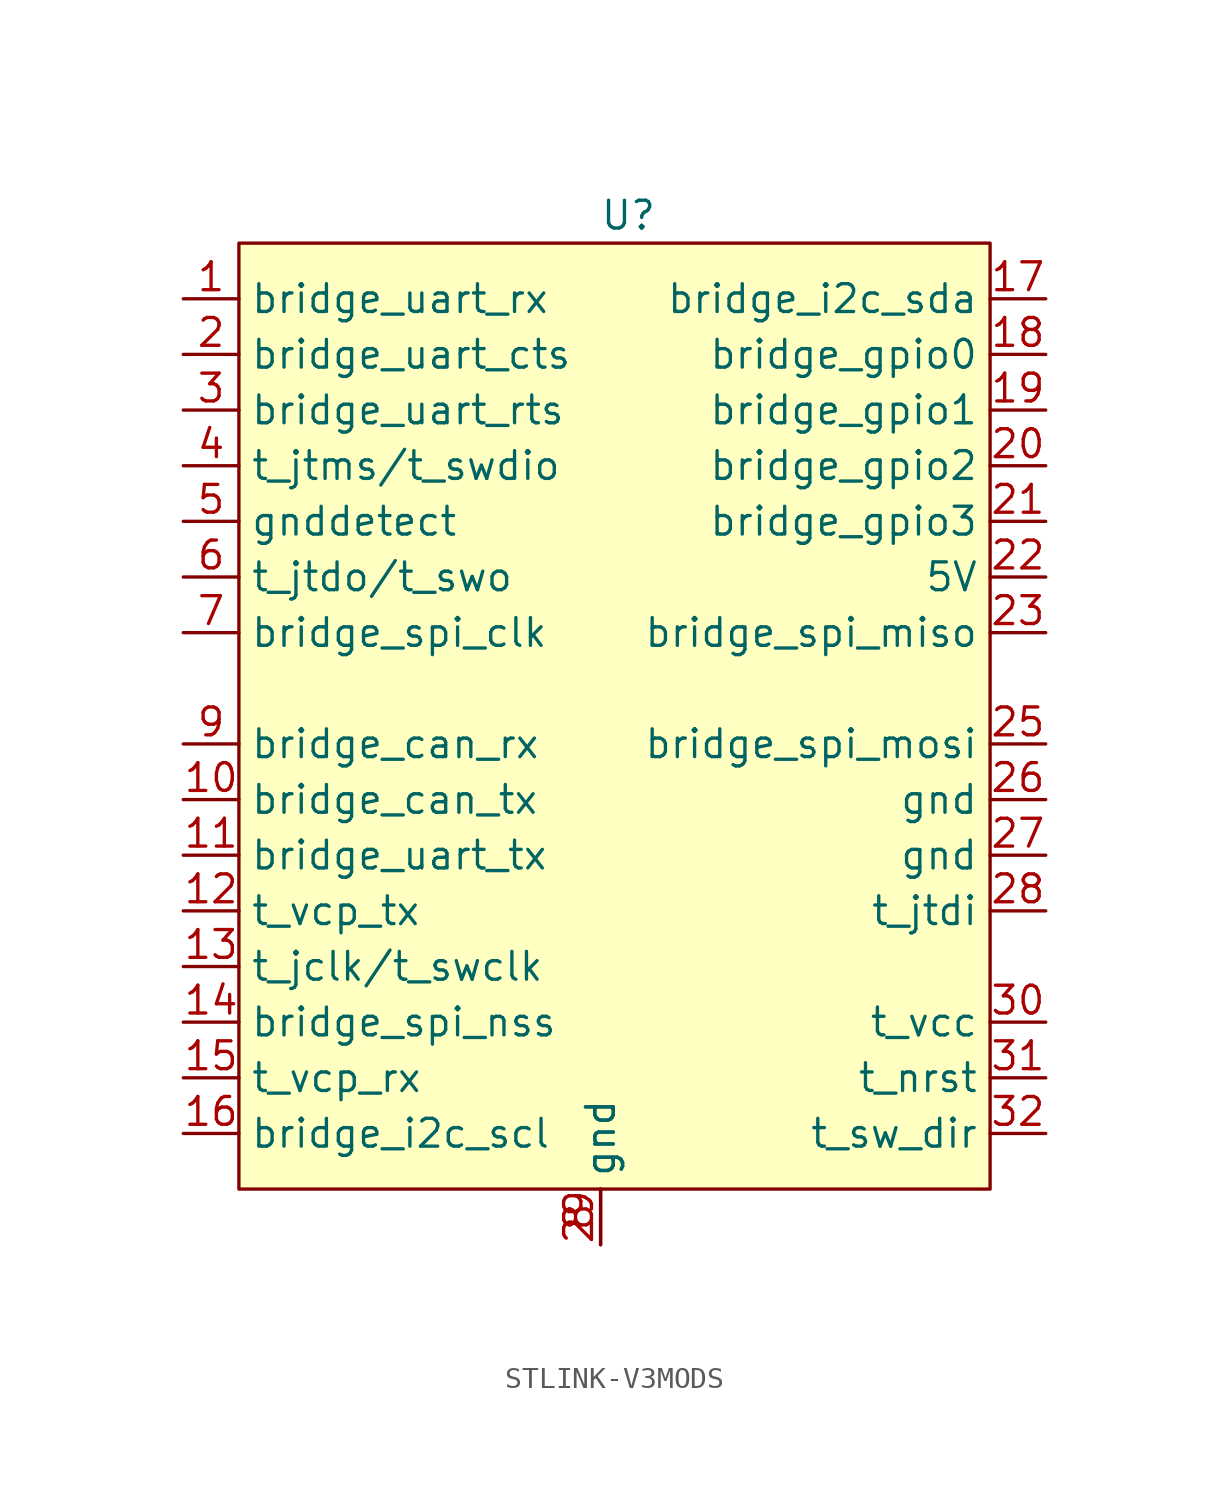
<source format=kicad_sym>
(kicad_symbol_lib
  (version 20220914)
  (generator kicad_symbol_editor)
  (symbol "STLINK-V3MODS"
    (property "Reference" "U"
      (at 1.27 21.59 0)
      (effects (font (size 1.27 1.27))))
    (property "Value" ""
      (at 1.27 21.59 0)
      (effects (font (size 1.27 1.27))))
    (symbol "STLINK-V3MODS_0_0"
      (pin input line (at -19.05 17.78 0) (length 2.54) (name "bridge_uart_rx" (effects (font (size 1.27 1.27)))) (number "1" (effects (font (size 1.27 1.27)))))
      (pin output line (at -19.05 -5.08 0) (length 2.54) (name "bridge_can_tx" (effects (font (size 1.27 1.27)))) (number "10" (effects (font (size 1.27 1.27)))))
      (pin output line (at -19.05 -7.62 0) (length 2.54) (name "bridge_uart_tx" (effects (font (size 1.27 1.27)))) (number "11" (effects (font (size 1.27 1.27)))))
      (pin input line (at -19.05 -10.16 0) (length 2.54) (name "t_vcp_tx" (effects (font (size 1.27 1.27)))) (number "12" (effects (font (size 1.27 1.27)))))
      (pin output line (at -19.05 -12.7 0) (length 2.54) (name "t_jclk/t_swclk" (effects (font (size 1.27 1.27)))) (number "13" (effects (font (size 1.27 1.27)))))
      (pin output line (at -19.05 -15.24 0) (length 2.54) (name "bridge_spi_nss" (effects (font (size 1.27 1.27)))) (number "14" (effects (font (size 1.27 1.27)))))
      (pin input line (at -19.05 -17.78 0) (length 2.54) (name "t_vcp_rx" (effects (font (size 1.27 1.27)))) (number "15" (effects (font (size 1.27 1.27)))))
      (pin output line (at -19.05 -20.32 0) (length 2.54) (name "bridge_i2c_scl" (effects (font (size 1.27 1.27)))) (number "16" (effects (font (size 1.27 1.27)))))
      (pin input line (at 20.32 17.78 180) (length 2.54) (name "bridge_i2c_sda" (effects (font (size 1.27 1.27)))) (number "17" (effects (font (size 1.27 1.27)))))
      (pin input line (at 20.32 15.24 180) (length 2.54) (name "bridge_gpio0" (effects (font (size 1.27 1.27)))) (number "18" (effects (font (size 1.27 1.27)))))
      (pin input line (at 20.32 12.7 180) (length 2.54) (name "bridge_gpio1" (effects (font (size 1.27 1.27)))) (number "19" (effects (font (size 1.27 1.27)))))
      (pin input line (at -19.05 15.24 0) (length 2.54) (name "bridge_uart_cts" (effects (font (size 1.27 1.27)))) (number "2" (effects (font (size 1.27 1.27)))))
      (pin input line (at 20.32 10.16 180) (length 2.54) (name "bridge_gpio2" (effects (font (size 1.27 1.27)))) (number "20" (effects (font (size 1.27 1.27)))))
      (pin input line (at 20.32 7.62 180) (length 2.54) (name "bridge_gpio3" (effects (font (size 1.27 1.27)))) (number "21" (effects (font (size 1.27 1.27)))))
      (pin power_out line (at 20.32 5.08 180) (length 2.54) (name "5V" (effects (font (size 1.27 1.27)))) (number "22" (effects (font (size 1.27 1.27)))))
      (pin input line (at 20.32 2.54 180) (length 2.54) (name "bridge_spi_miso" (effects (font (size 1.27 1.27)))) (number "23" (effects (font (size 1.27 1.27)))))
      (pin power_out line (at 0 -25.4 90) (length 2.54) hide (name "gnd" (effects (font (size 1.27 1.27)))) (number "24" (effects (font (size 1.27 1.27)))))
      (pin output line (at 20.32 -2.54 180) (length 2.54) (name "bridge_spi_mosi" (effects (font (size 1.27 1.27)))) (number "25" (effects (font (size 1.27 1.27)))))
      (pin power_out line (at 20.32 -5.08 180) (length 2.54) (name "gnd" (effects (font (size 1.27 1.27)))) (number "26" (effects (font (size 1.27 1.27)))))
      (pin power_out line (at 20.32 -7.62 180) (length 2.54) (name "gnd" (effects (font (size 1.27 1.27)))) (number "27" (effects (font (size 1.27 1.27)))))
      (pin input line (at 20.32 -10.16 180) (length 2.54) (name "t_jtdi" (effects (font (size 1.27 1.27)))) (number "28" (effects (font (size 1.27 1.27)))))
      (pin power_out line (at 0 -25.4 90) (length 2.54) (name "gnd" (effects (font (size 1.27 1.27)))) (number "29" (effects (font (size 1.27 1.27)))))
      (pin input line (at -19.05 12.7 0) (length 2.54) (name "bridge_uart_rts" (effects (font (size 1.27 1.27)))) (number "3" (effects (font (size 1.27 1.27)))))
      (pin power_in line (at 20.32 -15.24 180) (length 2.54) (name "t_vcc" (effects (font (size 1.27 1.27)))) (number "30" (effects (font (size 1.27 1.27)))))
      (pin output line (at 20.32 -17.78 180) (length 2.54) (name "t_nrst" (effects (font (size 1.27 1.27)))) (number "31" (effects (font (size 1.27 1.27)))))
      (pin output line (at 20.32 -20.32 180) (length 2.54) (name "t_sw_dir" (effects (font (size 1.27 1.27)))) (number "32" (effects (font (size 1.27 1.27)))))
      (pin bidirectional line (at -19.05 10.16 0) (length 2.54) (name "t_jtms/t_swdio" (effects (font (size 1.27 1.27)))) (number "4" (effects (font (size 1.27 1.27)))))
      (pin input line (at -19.05 7.62 0) (length 2.54) (name "gnddetect" (effects (font (size 1.27 1.27)))) (number "5" (effects (font (size 1.27 1.27)))))
      (pin input line (at -19.05 5.08 0) (length 2.54) (name "t_jtdo/t_swo" (effects (font (size 1.27 1.27)))) (number "6" (effects (font (size 1.27 1.27)))))
      (pin output line (at -19.05 2.54 0) (length 2.54) (name "bridge_spi_clk" (effects (font (size 1.27 1.27)))) (number "7" (effects (font (size 1.27 1.27)))))
      (pin power_out line (at 0 -25.4 90) (length 2.54) (name "gnd" (effects (font (size 1.27 1.27)))) (number "8" (effects (font (size 1.27 1.27)))))
      (pin input line (at -19.05 -2.54 0) (length 2.54) (name "bridge_can_rx" (effects (font (size 1.27 1.27)))) (number "9" (effects (font (size 1.27 1.27))))))
    (symbol "STLINK-V3MODS_0_1"
      (rectangle (start -16.51 20.32) (end 17.78 -22.86) (stroke (width 0) (type default)) (fill (type background))))))
</source>
